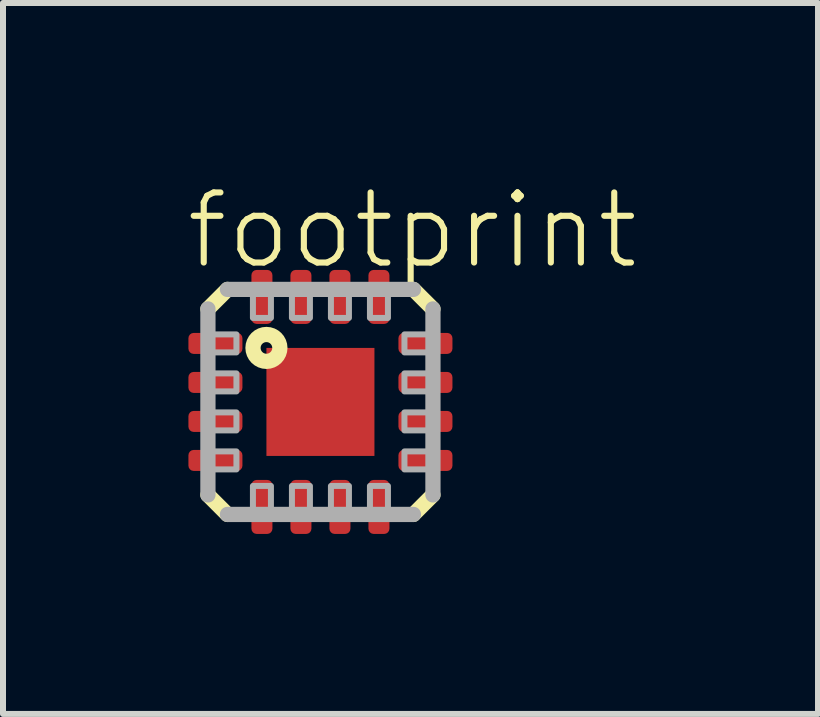
<source format=kicad_pcb>
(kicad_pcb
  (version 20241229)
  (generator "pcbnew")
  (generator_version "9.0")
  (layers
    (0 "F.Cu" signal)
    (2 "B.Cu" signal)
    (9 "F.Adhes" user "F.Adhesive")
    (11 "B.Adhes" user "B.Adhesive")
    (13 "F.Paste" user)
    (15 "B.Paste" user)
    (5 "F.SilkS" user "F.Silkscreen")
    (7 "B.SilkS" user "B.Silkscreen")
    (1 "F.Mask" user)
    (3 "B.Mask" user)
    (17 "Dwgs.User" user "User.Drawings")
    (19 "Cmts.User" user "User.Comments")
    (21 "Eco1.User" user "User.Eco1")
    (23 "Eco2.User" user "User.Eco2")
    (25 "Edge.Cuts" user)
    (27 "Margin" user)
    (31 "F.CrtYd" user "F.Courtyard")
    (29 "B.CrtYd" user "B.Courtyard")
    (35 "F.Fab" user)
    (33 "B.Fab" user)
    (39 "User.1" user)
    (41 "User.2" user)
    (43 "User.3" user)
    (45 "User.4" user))
  (footprint "footprint"
    (layer "F.Cu")
    (at 2.29 3.648)
    (property "Reference" "footprint" (at -2.29 -2.175 0) (layer "F.SilkS") (effects (font (size 1.168 1.168) (thickness 0.102)) (justify left bottom)))
    (fp_line (start -1.875 -1.55) (end -1.55 -1.875) (stroke (width 0.254) (type solid)) (layer "F.SilkS"))
    (fp_line (start -1.55 1.875) (end -1.875 1.55) (stroke (width 0.254) (type solid)) (layer "F.SilkS"))
    (fp_line (start 1.55 -1.875) (end 1.875 -1.55) (stroke (width 0.254) (type solid)) (layer "F.SilkS"))
    (fp_line (start 1.875 1.55) (end 1.55 1.875) (stroke (width 0.254) (type solid)) (layer "F.SilkS"))
    (fp_circle (center -0.9 -0.9) (end -0.676 -0.9) (stroke (width 0.254) (type solid)) (fill no) (layer "F.SilkS"))
    (fp_line (start -1.875 1.55) (end -1.875 -1.55) (stroke (width 0.254) (type solid)) (layer "F.Fab"))
    (fp_line (start -1.55 -1.875) (end 1.55 -1.875) (stroke (width 0.254) (type solid)) (layer "F.Fab"))
    (fp_line (start 1.55 1.875) (end -1.55 1.875) (stroke (width 0.254) (type solid)) (layer "F.Fab"))
    (fp_line (start 1.875 -1.55) (end 1.875 1.55) (stroke (width 0.254) (type solid)) (layer "F.Fab"))
    (fp_poly (pts (xy -1.85 -0.825) (xy -1.4 -0.825) (xy -1.4 -1.125) (xy -1.85 -1.125)) (stroke (width 0.1) (type solid)) (fill no) (layer "F.Fab"))
    (fp_poly (pts (xy -1.85 -0.175) (xy -1.4 -0.175) (xy -1.4 -0.475) (xy -1.85 -0.475)) (stroke (width 0.1) (type solid)) (fill no) (layer "F.Fab"))
    (fp_poly (pts (xy -1.85 0.475) (xy -1.4 0.475) (xy -1.4 0.175) (xy -1.85 0.175)) (stroke (width 0.1) (type solid)) (fill no) (layer "F.Fab"))
    (fp_poly (pts (xy -1.85 1.125) (xy -1.4 1.125) (xy -1.4 0.825) (xy -1.85 0.825)) (stroke (width 0.1) (type solid)) (fill no) (layer "F.Fab"))
    (fp_poly (pts (xy -1.125 -1.4) (xy -0.825 -1.4) (xy -0.825 -1.85) (xy -1.125 -1.85)) (stroke (width 0.1) (type solid)) (fill no) (layer "F.Fab"))
    (fp_poly (pts (xy -1.125 1.85) (xy -0.825 1.85) (xy -0.825 1.4) (xy -1.125 1.4)) (stroke (width 0.1) (type solid)) (fill no) (layer "F.Fab"))
    (fp_poly (pts (xy -0.475 -1.4) (xy -0.175 -1.4) (xy -0.175 -1.85) (xy -0.475 -1.85)) (stroke (width 0.1) (type solid)) (fill no) (layer "F.Fab"))
    (fp_poly (pts (xy -0.475 1.85) (xy -0.175 1.85) (xy -0.175 1.4) (xy -0.475 1.4)) (stroke (width 0.1) (type solid)) (fill no) (layer "F.Fab"))
    (fp_poly (pts (xy 0.175 -1.4) (xy 0.475 -1.4) (xy 0.475 -1.85) (xy 0.175 -1.85)) (stroke (width 0.1) (type solid)) (fill no) (layer "F.Fab"))
    (fp_poly (pts (xy 0.175 1.85) (xy 0.475 1.85) (xy 0.475 1.4) (xy 0.175 1.4)) (stroke (width 0.1) (type solid)) (fill no) (layer "F.Fab"))
    (fp_poly (pts (xy 0.825 -1.4) (xy 1.125 -1.4) (xy 1.125 -1.85) (xy 0.825 -1.85)) (stroke (width 0.1) (type solid)) (fill no) (layer "F.Fab"))
    (fp_poly (pts (xy 0.825 1.85) (xy 1.125 1.85) (xy 1.125 1.4) (xy 0.825 1.4)) (stroke (width 0.1) (type solid)) (fill no) (layer "F.Fab"))
    (fp_poly (pts (xy 1.4 -0.825) (xy 1.85 -0.825) (xy 1.85 -1.125) (xy 1.4 -1.125)) (stroke (width 0.1) (type solid)) (fill no) (layer "F.Fab"))
    (fp_poly (pts (xy 1.4 -0.175) (xy 1.85 -0.175) (xy 1.85 -0.475) (xy 1.4 -0.475)) (stroke (width 0.1) (type solid)) (fill no) (layer "F.Fab"))
    (fp_poly (pts (xy 1.4 0.475) (xy 1.85 0.475) (xy 1.85 0.175) (xy 1.4 0.175)) (stroke (width 0.1) (type solid)) (fill no) (layer "F.Fab"))
    (fp_poly (pts (xy 1.4 1.125) (xy 1.85 1.125) (xy 1.85 0.825) (xy 1.4 0.825)) (stroke (width 0.1) (type solid)) (fill no) (layer "F.Fab"))
    (pad "1" smd roundrect (at -1.75 -0.975) (size 0.9 0.35) (layers "F.Cu" "F.Mask" "F.Paste") (roundrect_rratio 0.25))
    (pad "2" smd roundrect (at -1.75 -0.325) (size 0.9 0.35) (layers "F.Cu" "F.Mask" "F.Paste") (roundrect_rratio 0.25))
    (pad "3" smd roundrect (at -1.75 0.325) (size 0.9 0.35) (layers "F.Cu" "F.Mask" "F.Paste") (roundrect_rratio 0.25))
    (pad "4" smd roundrect (at -1.75 0.975) (size 0.9 0.35) (layers "F.Cu" "F.Mask" "F.Paste") (roundrect_rratio 0.25))
    (pad "5" smd roundrect (at -0.975 1.75) (size 0.35 0.9) (layers "F.Cu" "F.Mask" "F.Paste") (roundrect_rratio 0.25))
    (pad "6" smd roundrect (at -0.325 1.75) (size 0.35 0.9) (layers "F.Cu" "F.Mask" "F.Paste") (roundrect_rratio 0.25))
    (pad "7" smd roundrect (at 0.325 1.75) (size 0.35 0.9) (layers "F.Cu" "F.Mask" "F.Paste") (roundrect_rratio 0.25))
    (pad "8" smd roundrect (at 0.975 1.75) (size 0.35 0.9) (layers "F.Cu" "F.Mask" "F.Paste") (roundrect_rratio 0.25))
    (pad "9" smd roundrect (at 1.75 0.975) (size 0.9 0.35) (layers "F.Cu" "F.Mask" "F.Paste") (roundrect_rratio 0.25))
    (pad "10" smd roundrect (at 1.75 0.325) (size 0.9 0.35) (layers "F.Cu" "F.Mask" "F.Paste") (roundrect_rratio 0.25))
    (pad "11" smd roundrect (at 1.75 -0.325) (size 0.9 0.35) (layers "F.Cu" "F.Mask" "F.Paste") (roundrect_rratio 0.25))
    (pad "12" smd roundrect (at 1.75 -0.975) (size 0.9 0.35) (layers "F.Cu" "F.Mask" "F.Paste") (roundrect_rratio 0.25))
    (pad "13" smd roundrect (at 0.975 -1.75) (size 0.35 0.9) (layers "F.Cu" "F.Mask" "F.Paste") (roundrect_rratio 0.25))
    (pad "14" smd roundrect (at 0.325 -1.75) (size 0.35 0.9) (layers "F.Cu" "F.Mask" "F.Paste") (roundrect_rratio 0.25))
    (pad "15" smd roundrect (at -0.325 -1.75) (size 0.35 0.9) (layers "F.Cu" "F.Mask" "F.Paste") (roundrect_rratio 0.25))
    (pad "16" smd roundrect (at -0.975 -1.75) (size 0.35 0.9) (layers "F.Cu" "F.Mask" "F.Paste") (roundrect_rratio 0.25))
    (pad "TH" smd rect (at 0 0) (size 1.8 1.8) (layers "F.Cu" "F.Mask" "F.Paste")))
  (gr_rect
    (start -3 -3)
    (end 10.582 8.848)
    (stroke (width 0.1) (type default))
    (fill no)
    (layer "Edge.Cuts")))
</source>
